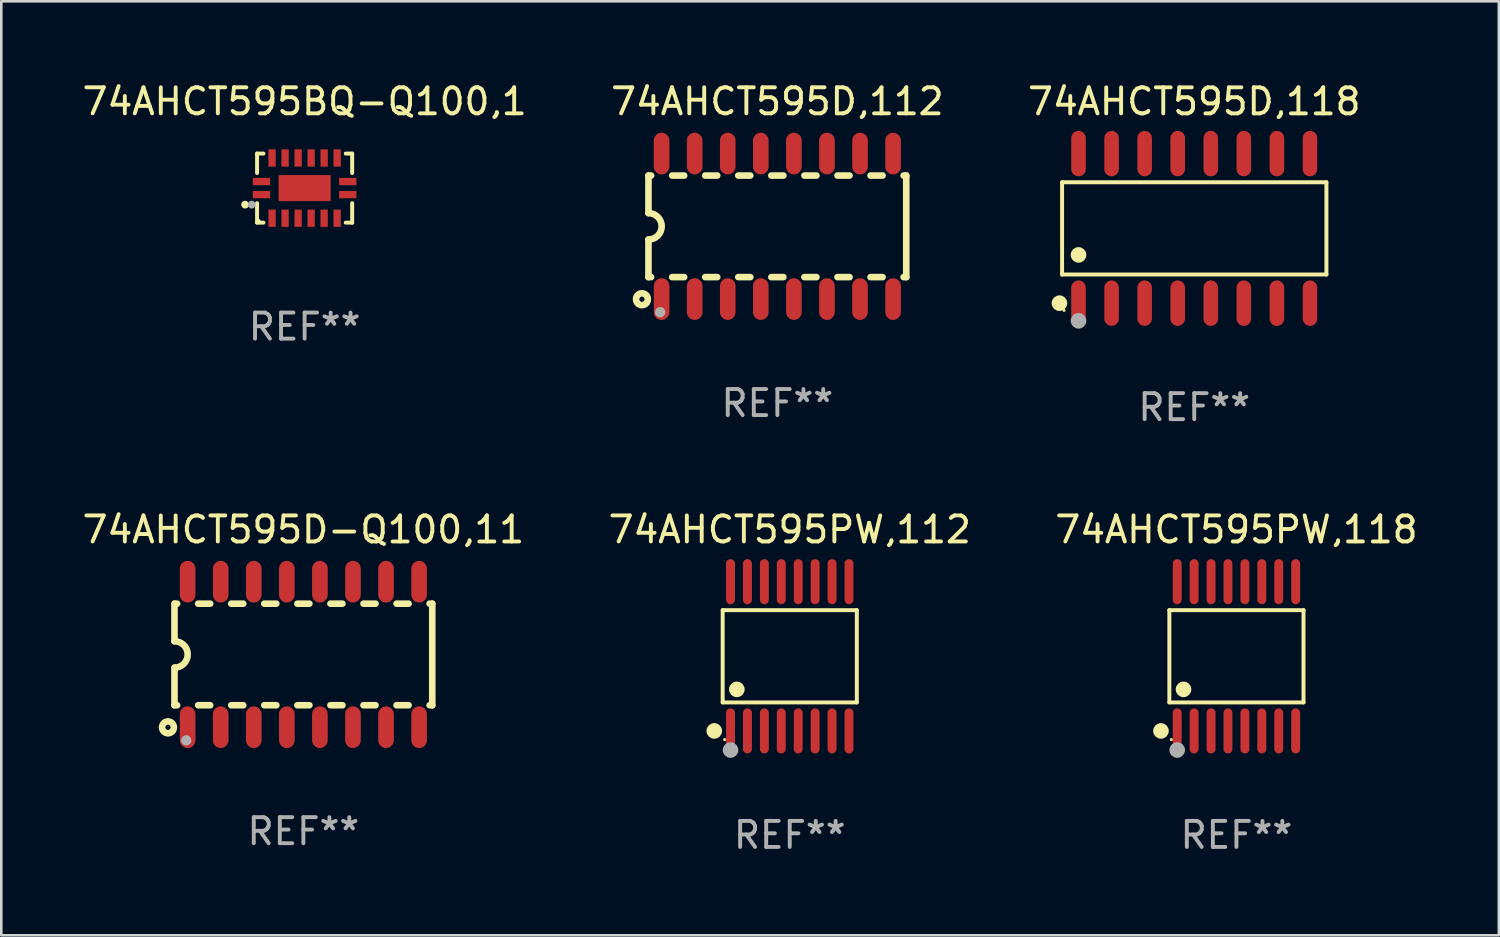
<source format=kicad_pcb>
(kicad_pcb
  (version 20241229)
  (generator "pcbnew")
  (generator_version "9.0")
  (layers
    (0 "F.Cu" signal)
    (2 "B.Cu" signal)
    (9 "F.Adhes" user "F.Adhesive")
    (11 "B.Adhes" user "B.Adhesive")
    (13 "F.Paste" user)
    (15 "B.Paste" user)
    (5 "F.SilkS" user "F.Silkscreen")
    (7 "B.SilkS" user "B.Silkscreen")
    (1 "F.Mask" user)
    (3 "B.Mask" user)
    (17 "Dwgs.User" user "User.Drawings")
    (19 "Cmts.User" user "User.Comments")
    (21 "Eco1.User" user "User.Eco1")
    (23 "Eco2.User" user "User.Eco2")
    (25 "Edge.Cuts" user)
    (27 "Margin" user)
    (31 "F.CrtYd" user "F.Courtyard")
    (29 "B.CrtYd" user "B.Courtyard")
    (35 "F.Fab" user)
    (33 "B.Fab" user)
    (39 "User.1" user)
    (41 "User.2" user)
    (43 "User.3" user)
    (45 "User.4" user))
  (footprint "74AHCT595BQ-Q100,1"
    (layer "F.Cu")
    (at 8.649 4.174)
    (property "Reference" "74AHCT595BQ-Q100,1" (at 0 -3.326 0) (layer "F.SilkS") (effects (font (size 1 1) (thickness 0.15))))
    (attr through_hole)
    (fp_line (start -1.826 -1.326) (end -1.58 -1.326) (stroke (width 0.152) (type solid)) (layer "F.SilkS"))
    (fp_line (start -1.826 -0.58) (end -1.826 -1.326) (stroke (width 0.152) (type solid)) (layer "F.SilkS"))
    (fp_line (start -1.826 0.58) (end -1.826 1.326) (stroke (width 0.152) (type solid)) (layer "F.SilkS"))
    (fp_line (start -1.826 1.326) (end -1.58 1.326) (stroke (width 0.152) (type solid)) (layer "F.SilkS"))
    (fp_line (start 1.826 -1.326) (end 1.58 -1.326) (stroke (width 0.152) (type solid)) (layer "F.SilkS"))
    (fp_line (start 1.826 -0.58) (end 1.826 -1.326) (stroke (width 0.152) (type solid)) (layer "F.SilkS"))
    (fp_line (start 1.826 0.58) (end 1.826 1.326) (stroke (width 0.152) (type solid)) (layer "F.SilkS"))
    (fp_line (start 1.826 1.326) (end 1.58 1.326) (stroke (width 0.152) (type solid)) (layer "F.SilkS"))
    (fp_circle (center -2.286 0.635) (end -2.211 0.635) (stroke (width 0.15) (type solid)) (fill no) (layer "F.SilkS"))
    (fp_circle (center -1.75 1.25) (end -1.72 1.25) (stroke (width 0.06) (type solid)) (fill no) (layer "F.SilkS"))
    (fp_circle (center -2.032 0.635) (end -1.957 0.635) (stroke (width 0.15) (type solid)) (fill no) (layer "F.Fab"))
    (fp_text user "REF**" (at 0 5.326 0) (layer "F.Fab") (effects (font (size 1 1) (thickness 0.15))))
    (pad "1" smd rect (at -1.658 0.25) (size 0.665 0.28) (layers "F.Cu" "F.Mask" "F.Paste"))
    (pad "2" smd rect (at -1.25 1.157) (size 0.28 0.665) (layers "F.Cu" "F.Mask" "F.Paste"))
    (pad "3" smd rect (at -0.75 1.157) (size 0.28 0.665) (layers "F.Cu" "F.Mask" "F.Paste"))
    (pad "4" smd rect (at -0.25 1.157) (size 0.28 0.665) (layers "F.Cu" "F.Mask" "F.Paste"))
    (pad "5" smd rect (at 0.25 1.157) (size 0.28 0.665) (layers "F.Cu" "F.Mask" "F.Paste"))
    (pad "6" smd rect (at 0.75 1.157) (size 0.28 0.665) (layers "F.Cu" "F.Mask" "F.Paste"))
    (pad "7" smd rect (at 1.25 1.157) (size 0.28 0.665) (layers "F.Cu" "F.Mask" "F.Paste"))
    (pad "8" smd rect (at 1.658 0.25) (size 0.665 0.28) (layers "F.Cu" "F.Mask" "F.Paste"))
    (pad "9" smd rect (at 1.658 -0.25) (size 0.665 0.28) (layers "F.Cu" "F.Mask" "F.Paste"))
    (pad "10" smd rect (at 1.25 -1.157) (size 0.28 0.665) (layers "F.Cu" "F.Mask" "F.Paste"))
    (pad "11" smd rect (at 0.75 -1.157) (size 0.28 0.665) (layers "F.Cu" "F.Mask" "F.Paste"))
    (pad "12" smd rect (at 0.25 -1.157) (size 0.28 0.665) (layers "F.Cu" "F.Mask" "F.Paste"))
    (pad "13" smd rect (at -0.25 -1.157) (size 0.28 0.665) (layers "F.Cu" "F.Mask" "F.Paste"))
    (pad "14" smd rect (at -0.75 -1.157) (size 0.28 0.665) (layers "F.Cu" "F.Mask" "F.Paste"))
    (pad "15" smd rect (at -1.25 -1.157) (size 0.28 0.665) (layers "F.Cu" "F.Mask" "F.Paste"))
    (pad "16" smd rect (at -1.658 -0.25) (size 0.665 0.28) (layers "F.Cu" "F.Mask" "F.Paste"))
    (pad "17" smd rect (at 0 0) (size 2 1) (layers "F.Cu" "F.Mask" "F.Paste")))
  (footprint "74AHCT595D-Q100,11"
    (layer "F.Cu")
    (at 8.601 22.084)
    (property "Reference" "74AHCT595D-Q100,11" (at 0 -4.794 0) (layer "F.SilkS") (effects (font (size 1 1) (thickness 0.15))))
    (attr through_hole)
    (fp_line (start -4.95 -1.95) (end -4.95 -0.508) (stroke (width 0.254) (type solid)) (layer "F.SilkS"))
    (fp_line (start -4.95 -1.95) (end -4.849 -1.95) (stroke (width 0.254) (type solid)) (layer "F.SilkS"))
    (fp_line (start -4.95 1.95) (end -4.95 0.508) (stroke (width 0.254) (type solid)) (layer "F.SilkS"))
    (fp_line (start -4.95 1.95) (end -4.849 1.95) (stroke (width 0.254) (type solid)) (layer "F.SilkS"))
    (fp_line (start -4.041 -1.95) (end -3.579 -1.95) (stroke (width 0.254) (type solid)) (layer "F.SilkS"))
    (fp_line (start -4.041 1.95) (end -3.579 1.95) (stroke (width 0.254) (type solid)) (layer "F.SilkS"))
    (fp_line (start -2.771 -1.95) (end -2.309 -1.95) (stroke (width 0.254) (type solid)) (layer "F.SilkS"))
    (fp_line (start -2.771 1.95) (end -2.309 1.95) (stroke (width 0.254) (type solid)) (layer "F.SilkS"))
    (fp_line (start -1.501 -1.95) (end -1.039 -1.95) (stroke (width 0.254) (type solid)) (layer "F.SilkS"))
    (fp_line (start -1.501 1.95) (end -1.039 1.95) (stroke (width 0.254) (type solid)) (layer "F.SilkS"))
    (fp_line (start -0.231 -1.95) (end 0.231 -1.95) (stroke (width 0.254) (type solid)) (layer "F.SilkS"))
    (fp_line (start -0.231 1.95) (end 0.231 1.95) (stroke (width 0.254) (type solid)) (layer "F.SilkS"))
    (fp_line (start 1.039 -1.95) (end 1.501 -1.95) (stroke (width 0.254) (type solid)) (layer "F.SilkS"))
    (fp_line (start 1.039 1.95) (end 1.501 1.95) (stroke (width 0.254) (type solid)) (layer "F.SilkS"))
    (fp_line (start 2.309 -1.95) (end 2.771 -1.95) (stroke (width 0.254) (type solid)) (layer "F.SilkS"))
    (fp_line (start 2.309 1.95) (end 2.771 1.95) (stroke (width 0.254) (type solid)) (layer "F.SilkS"))
    (fp_line (start 3.579 -1.95) (end 4.041 -1.95) (stroke (width 0.254) (type solid)) (layer "F.SilkS"))
    (fp_line (start 3.579 1.95) (end 4.041 1.95) (stroke (width 0.254) (type solid)) (layer "F.SilkS"))
    (fp_line (start 4.849 -1.95) (end 4.95 -1.95) (stroke (width 0.254) (type solid)) (layer "F.SilkS"))
    (fp_line (start 4.849 1.95) (end 4.95 1.95) (stroke (width 0.254) (type solid)) (layer "F.SilkS"))
    (fp_line (start 4.95 -1.95) (end 4.95 1.95) (stroke (width 0.254) (type solid)) (layer "F.SilkS"))
    (fp_arc (start -4.95047 -0.508001) (mid -4.442469 -0.000228) (end -4.950013 0.508001) (stroke (width 0.254001) (type solid)) (layer "F.SilkS"))
    (fp_circle (center -5.2 2.8) (end -5.1 2.8) (stroke (width 0.254) (type solid)) (fill no) (layer "F.SilkS"))
    (fp_circle (center -4.95 2.947) (end -4.92 2.947) (stroke (width 0.06) (type solid)) (fill no) (layer "F.SilkS"))
    (fp_circle (center -4.5 3.3) (end -4.4 3.3) (stroke (width 0.2) (type solid)) (fill no) (layer "F.Fab"))
    (fp_text user "REF**" (at 0 6.794 0) (layer "F.Fab") (effects (font (size 1 1) (thickness 0.15))))
    (pad "1" smd oval (at -4.445 2.794) (size 0.6 1.6) (layers "F.Cu" "F.Mask" "F.Paste"))
    (pad "2" smd oval (at -3.175 2.794) (size 0.6 1.6) (layers "F.Cu" "F.Mask" "F.Paste"))
    (pad "3" smd oval (at -1.905 2.794) (size 0.6 1.6) (layers "F.Cu" "F.Mask" "F.Paste"))
    (pad "4" smd oval (at -0.635 2.794) (size 0.6 1.6) (layers "F.Cu" "F.Mask" "F.Paste"))
    (pad "5" smd oval (at 0.635 2.794) (size 0.6 1.6) (layers "F.Cu" "F.Mask" "F.Paste"))
    (pad "6" smd oval (at 1.905 2.794) (size 0.6 1.6) (layers "F.Cu" "F.Mask" "F.Paste"))
    (pad "7" smd oval (at 3.175 2.794) (size 0.6 1.6) (layers "F.Cu" "F.Mask" "F.Paste"))
    (pad "8" smd oval (at 4.445 2.794) (size 0.6 1.6) (layers "F.Cu" "F.Mask" "F.Paste"))
    (pad "9" smd oval (at 4.445 -2.794) (size 0.6 1.6) (layers "F.Cu" "F.Mask" "F.Paste"))
    (pad "10" smd oval (at 3.175 -2.794) (size 0.6 1.6) (layers "F.Cu" "F.Mask" "F.Paste"))
    (pad "11" smd oval (at 1.905 -2.794) (size 0.6 1.6) (layers "F.Cu" "F.Mask" "F.Paste"))
    (pad "12" smd oval (at 0.635 -2.794) (size 0.6 1.6) (layers "F.Cu" "F.Mask" "F.Paste"))
    (pad "13" smd oval (at -0.635 -2.794) (size 0.6 1.6) (layers "F.Cu" "F.Mask" "F.Paste"))
    (pad "14" smd oval (at -1.905 -2.794) (size 0.6 1.6) (layers "F.Cu" "F.Mask" "F.Paste"))
    (pad "15" smd oval (at -3.175 -2.794) (size 0.6 1.6) (layers "F.Cu" "F.Mask" "F.Paste"))
    (pad "16" smd oval (at -4.445 -2.794) (size 0.6 1.6) (layers "F.Cu" "F.Mask" "F.Paste")))
  (footprint "74AHCT595D,112"
    (layer "F.Cu")
    (at 26.804 5.642)
    (property "Reference" "74AHCT595D,112" (at 0 -4.794 0) (layer "F.SilkS") (effects (font (size 1 1) (thickness 0.15))))
    (attr through_hole)
    (fp_line (start -4.95 -1.95) (end -4.95 -0.508) (stroke (width 0.254) (type solid)) (layer "F.SilkS"))
    (fp_line (start -4.95 -1.95) (end -4.849 -1.95) (stroke (width 0.254) (type solid)) (layer "F.SilkS"))
    (fp_line (start -4.95 1.95) (end -4.95 0.508) (stroke (width 0.254) (type solid)) (layer "F.SilkS"))
    (fp_line (start -4.95 1.95) (end -4.849 1.95) (stroke (width 0.254) (type solid)) (layer "F.SilkS"))
    (fp_line (start -4.041 -1.95) (end -3.579 -1.95) (stroke (width 0.254) (type solid)) (layer "F.SilkS"))
    (fp_line (start -4.041 1.95) (end -3.579 1.95) (stroke (width 0.254) (type solid)) (layer "F.SilkS"))
    (fp_line (start -2.771 -1.95) (end -2.309 -1.95) (stroke (width 0.254) (type solid)) (layer "F.SilkS"))
    (fp_line (start -2.771 1.95) (end -2.309 1.95) (stroke (width 0.254) (type solid)) (layer "F.SilkS"))
    (fp_line (start -1.501 -1.95) (end -1.039 -1.95) (stroke (width 0.254) (type solid)) (layer "F.SilkS"))
    (fp_line (start -1.501 1.95) (end -1.039 1.95) (stroke (width 0.254) (type solid)) (layer "F.SilkS"))
    (fp_line (start -0.231 -1.95) (end 0.231 -1.95) (stroke (width 0.254) (type solid)) (layer "F.SilkS"))
    (fp_line (start -0.231 1.95) (end 0.231 1.95) (stroke (width 0.254) (type solid)) (layer "F.SilkS"))
    (fp_line (start 1.039 -1.95) (end 1.501 -1.95) (stroke (width 0.254) (type solid)) (layer "F.SilkS"))
    (fp_line (start 1.039 1.95) (end 1.501 1.95) (stroke (width 0.254) (type solid)) (layer "F.SilkS"))
    (fp_line (start 2.309 -1.95) (end 2.771 -1.95) (stroke (width 0.254) (type solid)) (layer "F.SilkS"))
    (fp_line (start 2.309 1.95) (end 2.771 1.95) (stroke (width 0.254) (type solid)) (layer "F.SilkS"))
    (fp_line (start 3.579 -1.95) (end 4.041 -1.95) (stroke (width 0.254) (type solid)) (layer "F.SilkS"))
    (fp_line (start 3.579 1.95) (end 4.041 1.95) (stroke (width 0.254) (type solid)) (layer "F.SilkS"))
    (fp_line (start 4.849 -1.95) (end 4.95 -1.95) (stroke (width 0.254) (type solid)) (layer "F.SilkS"))
    (fp_line (start 4.849 1.95) (end 4.95 1.95) (stroke (width 0.254) (type solid)) (layer "F.SilkS"))
    (fp_line (start 4.95 -1.95) (end 4.95 1.95) (stroke (width 0.254) (type solid)) (layer "F.SilkS"))
    (fp_arc (start -4.95047 -0.508001) (mid -4.442469 -0.000228) (end -4.950013 0.508001) (stroke (width 0.254001) (type solid)) (layer "F.SilkS"))
    (fp_circle (center -5.2 2.8) (end -5.1 2.8) (stroke (width 0.254) (type solid)) (fill no) (layer "F.SilkS"))
    (fp_circle (center -4.95 2.947) (end -4.92 2.947) (stroke (width 0.06) (type solid)) (fill no) (layer "F.SilkS"))
    (fp_circle (center -4.5 3.3) (end -4.4 3.3) (stroke (width 0.2) (type solid)) (fill no) (layer "F.Fab"))
    (fp_text user "REF**" (at 0 6.794 0) (layer "F.Fab") (effects (font (size 1 1) (thickness 0.15))))
    (pad "1" smd oval (at -4.445 2.794) (size 0.6 1.6) (layers "F.Cu" "F.Mask" "F.Paste"))
    (pad "2" smd oval (at -3.175 2.794) (size 0.6 1.6) (layers "F.Cu" "F.Mask" "F.Paste"))
    (pad "3" smd oval (at -1.905 2.794) (size 0.6 1.6) (layers "F.Cu" "F.Mask" "F.Paste"))
    (pad "4" smd oval (at -0.635 2.794) (size 0.6 1.6) (layers "F.Cu" "F.Mask" "F.Paste"))
    (pad "5" smd oval (at 0.635 2.794) (size 0.6 1.6) (layers "F.Cu" "F.Mask" "F.Paste"))
    (pad "6" smd oval (at 1.905 2.794) (size 0.6 1.6) (layers "F.Cu" "F.Mask" "F.Paste"))
    (pad "7" smd oval (at 3.175 2.794) (size 0.6 1.6) (layers "F.Cu" "F.Mask" "F.Paste"))
    (pad "8" smd oval (at 4.445 2.794) (size 0.6 1.6) (layers "F.Cu" "F.Mask" "F.Paste"))
    (pad "9" smd oval (at 4.445 -2.794) (size 0.6 1.6) (layers "F.Cu" "F.Mask" "F.Paste"))
    (pad "10" smd oval (at 3.175 -2.794) (size 0.6 1.6) (layers "F.Cu" "F.Mask" "F.Paste"))
    (pad "11" smd oval (at 1.905 -2.794) (size 0.6 1.6) (layers "F.Cu" "F.Mask" "F.Paste"))
    (pad "12" smd oval (at 0.635 -2.794) (size 0.6 1.6) (layers "F.Cu" "F.Mask" "F.Paste"))
    (pad "13" smd oval (at -0.635 -2.794) (size 0.6 1.6) (layers "F.Cu" "F.Mask" "F.Paste"))
    (pad "14" smd oval (at -1.905 -2.794) (size 0.6 1.6) (layers "F.Cu" "F.Mask" "F.Paste"))
    (pad "15" smd oval (at -3.175 -2.794) (size 0.6 1.6) (layers "F.Cu" "F.Mask" "F.Paste"))
    (pad "16" smd oval (at -4.445 -2.794) (size 0.6 1.6) (layers "F.Cu" "F.Mask" "F.Paste")))
  (footprint "74AHCT595D,118"
    (layer "F.Cu")
    (at 42.815 5.721)
    (property "Reference" "74AHCT595D,118" (at 0 -4.872 0) (layer "F.SilkS") (effects (font (size 1 1) (thickness 0.15))))
    (attr through_hole)
    (fp_line (start -5.076 -1.771) (end 5.076 -1.771) (stroke (width 0.152) (type solid)) (layer "F.SilkS"))
    (fp_line (start -5.076 1.771) (end -5.076 -1.771) (stroke (width 0.152) (type solid)) (layer "F.SilkS"))
    (fp_line (start 5.076 -1.771) (end 5.076 1.771) (stroke (width 0.152) (type solid)) (layer "F.SilkS"))
    (fp_line (start 5.076 1.771) (end -5.076 1.771) (stroke (width 0.152) (type solid)) (layer "F.SilkS"))
    (fp_circle (center -5.177 2.872) (end -5.027 2.872) (stroke (width 0.3) (type solid)) (fill no) (layer "F.SilkS"))
    (fp_circle (center -5 3.15) (end -4.97 3.15) (stroke (width 0.06) (type solid)) (fill no) (layer "F.SilkS"))
    (fp_circle (center -4.445 1.019) (end -4.295 1.019) (stroke (width 0.3) (type solid)) (fill no) (layer "F.SilkS"))
    (fp_circle (center -4.445 3.55) (end -4.295 3.55) (stroke (width 0.3) (type solid)) (fill no) (layer "F.Fab"))
    (fp_text user "REF**" (at 0 6.872 0) (layer "F.Fab") (effects (font (size 1 1) (thickness 0.15))))
    (pad "1" smd oval (at -4.445 2.872) (size 0.56 1.745) (layers "F.Cu" "F.Mask" "F.Paste"))
    (pad "2" smd oval (at -3.175 2.872) (size 0.56 1.745) (layers "F.Cu" "F.Mask" "F.Paste"))
    (pad "3" smd oval (at -1.905 2.872) (size 0.56 1.745) (layers "F.Cu" "F.Mask" "F.Paste"))
    (pad "4" smd oval (at -0.635 2.872) (size 0.56 1.745) (layers "F.Cu" "F.Mask" "F.Paste"))
    (pad "5" smd oval (at 0.635 2.872) (size 0.56 1.745) (layers "F.Cu" "F.Mask" "F.Paste"))
    (pad "6" smd oval (at 1.905 2.872) (size 0.56 1.745) (layers "F.Cu" "F.Mask" "F.Paste"))
    (pad "7" smd oval (at 3.175 2.872) (size 0.56 1.745) (layers "F.Cu" "F.Mask" "F.Paste"))
    (pad "8" smd oval (at 4.445 2.872) (size 0.56 1.745) (layers "F.Cu" "F.Mask" "F.Paste"))
    (pad "9" smd oval (at 4.445 -2.872) (size 0.56 1.745) (layers "F.Cu" "F.Mask" "F.Paste"))
    (pad "10" smd oval (at 3.175 -2.872) (size 0.56 1.745) (layers "F.Cu" "F.Mask" "F.Paste"))
    (pad "11" smd oval (at 1.905 -2.872) (size 0.56 1.745) (layers "F.Cu" "F.Mask" "F.Paste"))
    (pad "12" smd oval (at 0.635 -2.872) (size 0.56 1.745) (layers "F.Cu" "F.Mask" "F.Paste"))
    (pad "13" smd oval (at -0.635 -2.872) (size 0.56 1.745) (layers "F.Cu" "F.Mask" "F.Paste"))
    (pad "14" smd oval (at -1.905 -2.872) (size 0.56 1.745) (layers "F.Cu" "F.Mask" "F.Paste"))
    (pad "15" smd oval (at -3.175 -2.872) (size 0.56 1.745) (layers "F.Cu" "F.Mask" "F.Paste"))
    (pad "16" smd oval (at -4.445 -2.872) (size 0.56 1.745) (layers "F.Cu" "F.Mask" "F.Paste")))
  (footprint "74AHCT595PW,118"
    (layer "F.Cu")
    (at 44.435 22.155)
    (property "Reference" "74AHCT595PW,118" (at 0 -4.866 0) (layer "F.SilkS") (effects (font (size 1 1) (thickness 0.15))))
    (attr through_hole)
    (fp_line (start -2.576 -1.772) (end 2.576 -1.772) (stroke (width 0.152) (type solid)) (layer "F.SilkS"))
    (fp_line (start -2.576 1.771) (end -2.576 -1.772) (stroke (width 0.152) (type solid)) (layer "F.SilkS"))
    (fp_line (start 2.576 -1.772) (end 2.576 1.771) (stroke (width 0.152) (type solid)) (layer "F.SilkS"))
    (fp_line (start 2.576 1.771) (end -2.576 1.771) (stroke (width 0.152) (type solid)) (layer "F.SilkS"))
    (fp_circle (center -2.899 2.866) (end -2.749 2.866) (stroke (width 0.3) (type solid)) (fill no) (layer "F.SilkS"))
    (fp_circle (center -2.5 3.2) (end -2.47 3.2) (stroke (width 0.06) (type solid)) (fill no) (layer "F.SilkS"))
    (fp_circle (center -2.032 1.27) (end -1.882 1.27) (stroke (width 0.3) (type solid)) (fill no) (layer "F.SilkS"))
    (fp_circle (center -2.275 3.6) (end -2.125 3.6) (stroke (width 0.3) (type solid)) (fill no) (layer "F.Fab"))
    (fp_text user "REF**" (at 0 6.866 0) (layer "F.Fab") (effects (font (size 1 1) (thickness 0.15))))
    (pad "1" smd oval (at -2.275 2.866) (size 0.343 1.731) (layers "F.Cu" "F.Mask" "F.Paste"))
    (pad "2" smd oval (at -1.625 2.866) (size 0.343 1.731) (layers "F.Cu" "F.Mask" "F.Paste"))
    (pad "3" smd oval (at -0.975 2.866) (size 0.343 1.731) (layers "F.Cu" "F.Mask" "F.Paste"))
    (pad "4" smd oval (at -0.325 2.866) (size 0.343 1.731) (layers "F.Cu" "F.Mask" "F.Paste"))
    (pad "5" smd oval (at 0.325 2.866) (size 0.343 1.731) (layers "F.Cu" "F.Mask" "F.Paste"))
    (pad "6" smd oval (at 0.975 2.866) (size 0.343 1.731) (layers "F.Cu" "F.Mask" "F.Paste"))
    (pad "7" smd oval (at 1.625 2.866) (size 0.343 1.731) (layers "F.Cu" "F.Mask" "F.Paste"))
    (pad "8" smd oval (at 2.275 2.866) (size 0.343 1.731) (layers "F.Cu" "F.Mask" "F.Paste"))
    (pad "9" smd oval (at 2.275 -2.866) (size 0.343 1.731) (layers "F.Cu" "F.Mask" "F.Paste"))
    (pad "10" smd oval (at 1.625 -2.866) (size 0.343 1.731) (layers "F.Cu" "F.Mask" "F.Paste"))
    (pad "11" smd oval (at 0.975 -2.866) (size 0.343 1.731) (layers "F.Cu" "F.Mask" "F.Paste"))
    (pad "12" smd oval (at 0.325 -2.866) (size 0.343 1.731) (layers "F.Cu" "F.Mask" "F.Paste"))
    (pad "13" smd oval (at -0.325 -2.866) (size 0.343 1.731) (layers "F.Cu" "F.Mask" "F.Paste"))
    (pad "14" smd oval (at -0.975 -2.866) (size 0.343 1.731) (layers "F.Cu" "F.Mask" "F.Paste"))
    (pad "15" smd oval (at -1.625 -2.866) (size 0.343 1.731) (layers "F.Cu" "F.Mask" "F.Paste"))
    (pad "16" smd oval (at -2.275 -2.866) (size 0.343 1.731) (layers "F.Cu" "F.Mask" "F.Paste")))
  (footprint "74AHCT595PW,112"
    (layer "F.Cu")
    (at 27.28 22.155)
    (property "Reference" "74AHCT595PW,112" (at 0 -4.866 0) (layer "F.SilkS") (effects (font (size 1 1) (thickness 0.15))))
    (attr through_hole)
    (fp_line (start -2.576 -1.772) (end 2.576 -1.772) (stroke (width 0.152) (type solid)) (layer "F.SilkS"))
    (fp_line (start -2.576 1.771) (end -2.576 -1.772) (stroke (width 0.152) (type solid)) (layer "F.SilkS"))
    (fp_line (start 2.576 -1.772) (end 2.576 1.771) (stroke (width 0.152) (type solid)) (layer "F.SilkS"))
    (fp_line (start 2.576 1.771) (end -2.576 1.771) (stroke (width 0.152) (type solid)) (layer "F.SilkS"))
    (fp_circle (center -2.899 2.866) (end -2.749 2.866) (stroke (width 0.3) (type solid)) (fill no) (layer "F.SilkS"))
    (fp_circle (center -2.5 3.2) (end -2.47 3.2) (stroke (width 0.06) (type solid)) (fill no) (layer "F.SilkS"))
    (fp_circle (center -2.032 1.27) (end -1.882 1.27) (stroke (width 0.3) (type solid)) (fill no) (layer "F.SilkS"))
    (fp_circle (center -2.275 3.6) (end -2.125 3.6) (stroke (width 0.3) (type solid)) (fill no) (layer "F.Fab"))
    (fp_text user "REF**" (at 0 6.866 0) (layer "F.Fab") (effects (font (size 1 1) (thickness 0.15))))
    (pad "1" smd oval (at -2.275 2.866) (size 0.343 1.731) (layers "F.Cu" "F.Mask" "F.Paste"))
    (pad "2" smd oval (at -1.625 2.866) (size 0.343 1.731) (layers "F.Cu" "F.Mask" "F.Paste"))
    (pad "3" smd oval (at -0.975 2.866) (size 0.343 1.731) (layers "F.Cu" "F.Mask" "F.Paste"))
    (pad "4" smd oval (at -0.325 2.866) (size 0.343 1.731) (layers "F.Cu" "F.Mask" "F.Paste"))
    (pad "5" smd oval (at 0.325 2.866) (size 0.343 1.731) (layers "F.Cu" "F.Mask" "F.Paste"))
    (pad "6" smd oval (at 0.975 2.866) (size 0.343 1.731) (layers "F.Cu" "F.Mask" "F.Paste"))
    (pad "7" smd oval (at 1.625 2.866) (size 0.343 1.731) (layers "F.Cu" "F.Mask" "F.Paste"))
    (pad "8" smd oval (at 2.275 2.866) (size 0.343 1.731) (layers "F.Cu" "F.Mask" "F.Paste"))
    (pad "9" smd oval (at 2.275 -2.866) (size 0.343 1.731) (layers "F.Cu" "F.Mask" "F.Paste"))
    (pad "10" smd oval (at 1.625 -2.866) (size 0.343 1.731) (layers "F.Cu" "F.Mask" "F.Paste"))
    (pad "11" smd oval (at 0.975 -2.866) (size 0.343 1.731) (layers "F.Cu" "F.Mask" "F.Paste"))
    (pad "12" smd oval (at 0.325 -2.866) (size 0.343 1.731) (layers "F.Cu" "F.Mask" "F.Paste"))
    (pad "13" smd oval (at -0.325 -2.866) (size 0.343 1.731) (layers "F.Cu" "F.Mask" "F.Paste"))
    (pad "14" smd oval (at -0.975 -2.866) (size 0.343 1.731) (layers "F.Cu" "F.Mask" "F.Paste"))
    (pad "15" smd oval (at -1.625 -2.866) (size 0.343 1.731) (layers "F.Cu" "F.Mask" "F.Paste"))
    (pad "16" smd oval (at -2.275 -2.866) (size 0.343 1.731) (layers "F.Cu" "F.Mask" "F.Paste")))
  (gr_rect
    (start -3 -3)
    (end 54.512 32.87)
    (stroke (width 0.1) (type default))
    (fill no)
    (layer "Edge.Cuts")))
</source>
